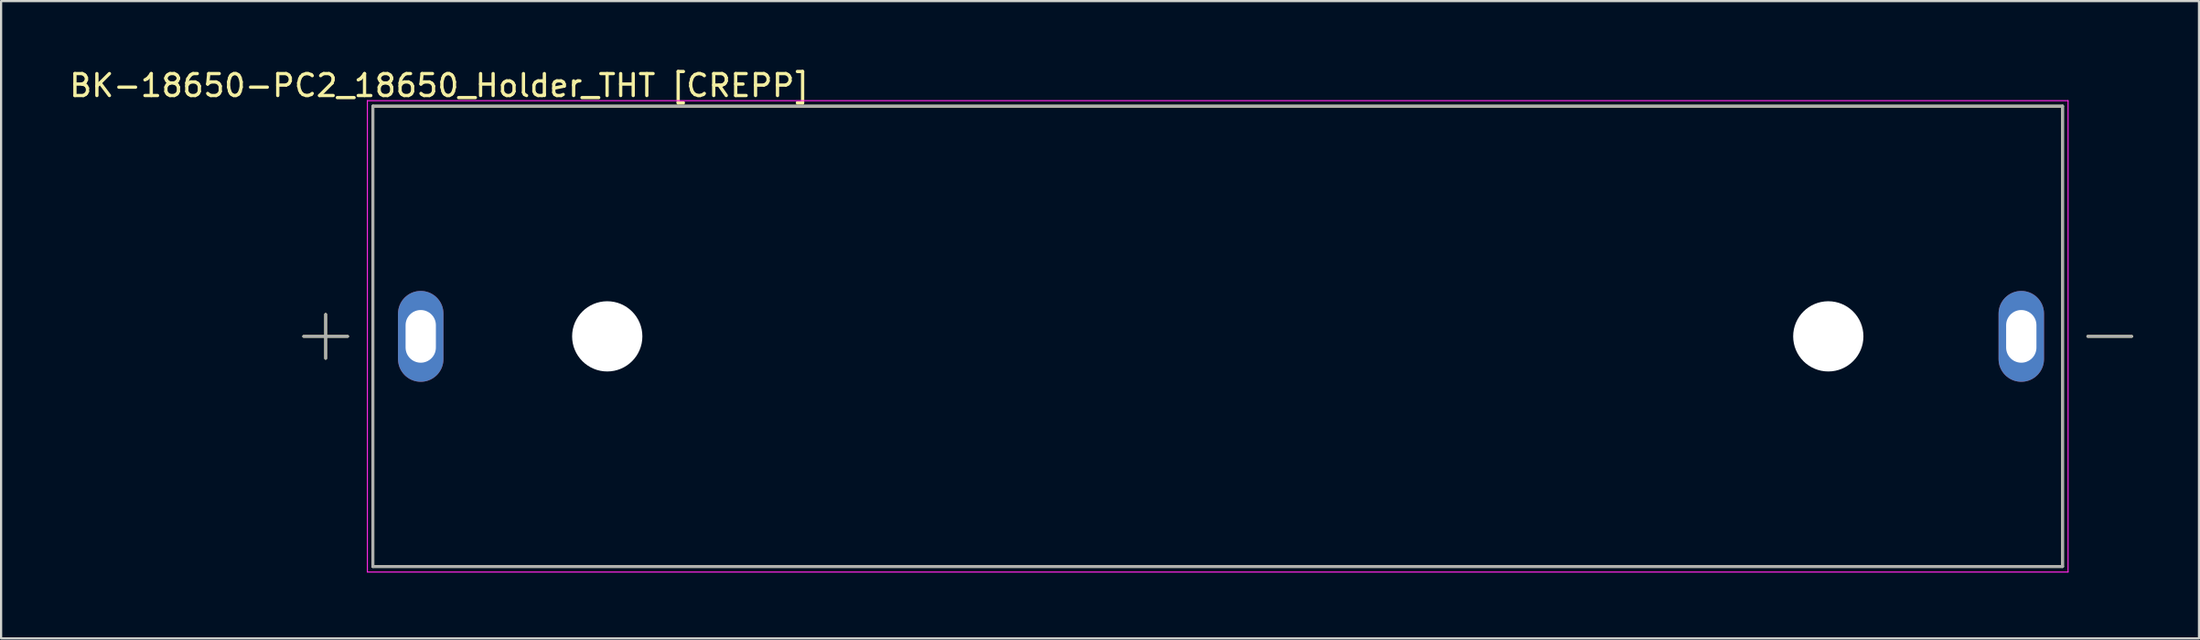
<source format=kicad_pcb>
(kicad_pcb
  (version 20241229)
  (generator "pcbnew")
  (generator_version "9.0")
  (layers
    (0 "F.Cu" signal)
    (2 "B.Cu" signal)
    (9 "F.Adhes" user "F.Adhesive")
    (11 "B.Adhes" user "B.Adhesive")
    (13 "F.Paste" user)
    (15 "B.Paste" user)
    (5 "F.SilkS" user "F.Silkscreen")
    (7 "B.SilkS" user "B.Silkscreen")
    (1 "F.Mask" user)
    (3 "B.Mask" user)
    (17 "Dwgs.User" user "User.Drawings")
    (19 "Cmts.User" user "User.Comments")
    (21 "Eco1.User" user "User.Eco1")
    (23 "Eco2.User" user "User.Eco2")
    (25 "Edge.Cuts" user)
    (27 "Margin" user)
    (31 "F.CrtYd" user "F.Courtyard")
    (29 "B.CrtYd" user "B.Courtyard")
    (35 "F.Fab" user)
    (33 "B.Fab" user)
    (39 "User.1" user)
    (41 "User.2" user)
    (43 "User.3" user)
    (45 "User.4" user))
  (footprint "BK-18650-PC2_18650_Holder_THT [CREPP]"
    (layer "F.Cu")
    (at 52.413 12.278)
    (property "Reference" "BK-18650-PC2_18650_Holder_THT [CREPP]" (at -35.455 -11.43 0) (layer "F.SilkS") (effects (font (size 1 1) (thickness 0.15))))
    (attr through_hole)
    (fp_line (start -41.63 0) (end -39.63 0) (stroke (width 0.127) (type solid)) (layer "F.SilkS"))
    (fp_line (start -40.63 -1) (end -40.63 1) (stroke (width 0.127) (type solid)) (layer "F.SilkS"))
    (fp_line (start -38.48 -10.49) (end 38.48 -10.49) (stroke (width 0.127) (type solid)) (layer "F.SilkS"))
    (fp_line (start -38.48 10.49) (end -38.48 -10.49) (stroke (width 0.127) (type solid)) (layer "F.SilkS"))
    (fp_line (start 38.48 -10.49) (end 38.48 10.49) (stroke (width 0.127) (type solid)) (layer "F.SilkS"))
    (fp_line (start 38.48 10.49) (end -38.48 10.49) (stroke (width 0.127) (type solid)) (layer "F.SilkS"))
    (fp_line (start 39.63 0) (end 41.63 0) (stroke (width 0.127) (type solid)) (layer "F.SilkS"))
    (fp_line (start -38.73 -10.74) (end 38.73 -10.74) (stroke (width 0.05) (type solid)) (layer "F.CrtYd"))
    (fp_line (start -38.73 10.74) (end -38.73 -10.74) (stroke (width 0.05) (type solid)) (layer "F.CrtYd"))
    (fp_line (start 38.73 -10.74) (end 38.73 10.74) (stroke (width 0.05) (type solid)) (layer "F.CrtYd"))
    (fp_line (start 38.73 10.74) (end -38.73 10.74) (stroke (width 0.05) (type solid)) (layer "F.CrtYd"))
    (fp_line (start -41.63 0) (end -39.63 0) (stroke (width 0.127) (type solid)) (layer "F.Fab"))
    (fp_line (start -40.63 -1) (end -40.63 1) (stroke (width 0.127) (type solid)) (layer "F.Fab"))
    (fp_line (start -38.48 -10.49) (end 38.48 -10.49) (stroke (width 0.127) (type solid)) (layer "F.Fab"))
    (fp_line (start -38.48 10.49) (end -38.48 -10.49) (stroke (width 0.127) (type solid)) (layer "F.Fab"))
    (fp_line (start 38.48 -10.49) (end 38.48 10.49) (stroke (width 0.127) (type solid)) (layer "F.Fab"))
    (fp_line (start 38.48 10.49) (end -38.48 10.49) (stroke (width 0.127) (type solid)) (layer "F.Fab"))
    (fp_line (start 39.63 0) (end 41.63 0) (stroke (width 0.127) (type solid)) (layer "F.Fab"))
    (pad "" np_thru_hole circle (at -27.805 0) (size 3.2 3.2) (drill 3.2) (layers "*.Cu" "*.Mask"))
    (pad "" np_thru_hole circle (at 27.81 0) (size 3.2 3.2) (drill 3.2) (layers "*.Cu" "*.Mask"))
    (pad "+" thru_hole oval (at -36.3 0) (size 2.07 4.14) (drill oval 1.38 2.4) (layers "*.Cu" "*.Mask"))
    (pad "-" thru_hole oval (at 36.6 0) (size 2.07 4.14) (drill oval 1.38 2.4) (layers "*.Cu" "*.Mask")))
  (gr_rect
    (start -3 -3)
    (end 97.107 26.043)
    (stroke (width 0.1) (type default))
    (fill no)
    (layer "Edge.Cuts")))
</source>
